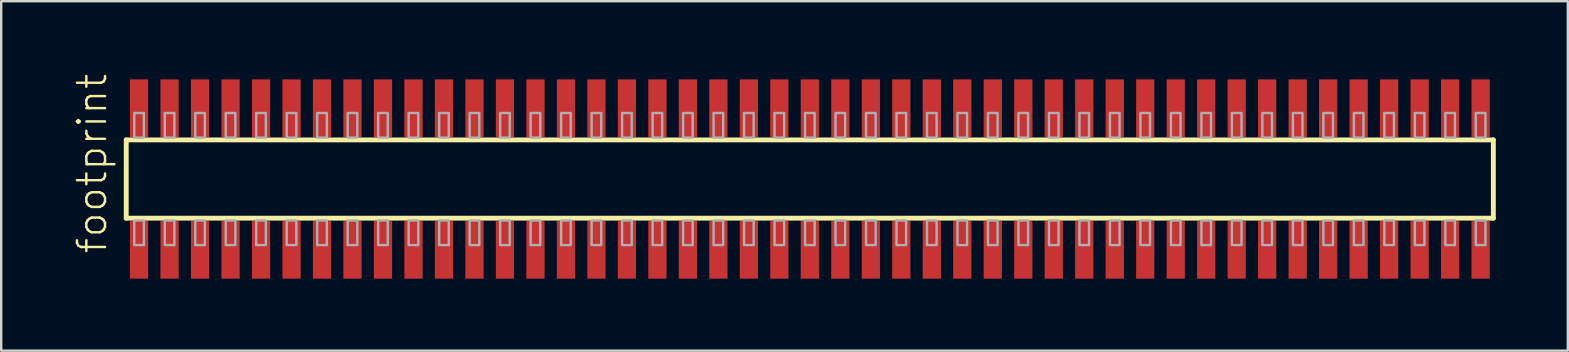
<source format=kicad_pcb>
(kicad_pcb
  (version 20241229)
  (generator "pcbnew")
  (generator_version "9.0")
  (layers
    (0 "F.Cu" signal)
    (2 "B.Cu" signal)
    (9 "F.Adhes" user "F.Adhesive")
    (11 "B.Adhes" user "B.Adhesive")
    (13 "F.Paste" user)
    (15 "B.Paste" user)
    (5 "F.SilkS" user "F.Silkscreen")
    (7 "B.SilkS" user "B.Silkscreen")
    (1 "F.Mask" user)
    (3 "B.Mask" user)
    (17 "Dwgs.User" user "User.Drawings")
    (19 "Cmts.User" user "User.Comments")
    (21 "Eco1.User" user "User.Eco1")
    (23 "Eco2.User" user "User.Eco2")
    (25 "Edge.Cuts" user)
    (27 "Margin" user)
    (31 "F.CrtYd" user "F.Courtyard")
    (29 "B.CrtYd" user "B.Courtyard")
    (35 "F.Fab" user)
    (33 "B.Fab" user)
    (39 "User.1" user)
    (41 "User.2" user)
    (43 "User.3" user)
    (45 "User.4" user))
  (footprint "footprint"
    (layer "F.Cu")
    (at 30.683 4.407)
    (property "Reference" "footprint" (at -29.21 3.175 90) (layer "F.SilkS") (effects (font (size 1.168 1.168) (thickness 0.102)) (justify left bottom)))
    (fp_line (start -28.475 -1.63) (end 28.47 -1.63) (stroke (width 0.203) (type solid)) (layer "F.SilkS"))
    (fp_line (start -28.475 1.63) (end -28.475 -1.63) (stroke (width 0.203) (type solid)) (layer "F.SilkS"))
    (fp_line (start 28.47 -1.63) (end 28.47 1.63) (stroke (width 0.203) (type solid)) (layer "F.SilkS"))
    (fp_line (start 28.47 1.63) (end -28.475 1.63) (stroke (width 0.203) (type solid)) (layer "F.SilkS"))
    (fp_poly (pts (xy -28.14 -1.725) (xy -27.74 -1.725) (xy -27.74 -2.75) (xy -28.14 -2.75)) (stroke (width 0.1) (type solid)) (fill no) (layer "F.Fab"))
    (fp_poly (pts (xy -27.74 1.725) (xy -28.14 1.725) (xy -28.14 2.75) (xy -27.74 2.75)) (stroke (width 0.1) (type solid)) (fill no) (layer "F.Fab"))
    (fp_poly (pts (xy -26.87 -1.725) (xy -26.47 -1.725) (xy -26.47 -2.75) (xy -26.87 -2.75)) (stroke (width 0.1) (type solid)) (fill no) (layer "F.Fab"))
    (fp_poly (pts (xy -26.47 1.725) (xy -26.87 1.725) (xy -26.87 2.75) (xy -26.47 2.75)) (stroke (width 0.1) (type solid)) (fill no) (layer "F.Fab"))
    (fp_poly (pts (xy -25.6 -1.725) (xy -25.2 -1.725) (xy -25.2 -2.75) (xy -25.6 -2.75)) (stroke (width 0.1) (type solid)) (fill no) (layer "F.Fab"))
    (fp_poly (pts (xy -25.2 1.725) (xy -25.6 1.725) (xy -25.6 2.75) (xy -25.2 2.75)) (stroke (width 0.1) (type solid)) (fill no) (layer "F.Fab"))
    (fp_poly (pts (xy -24.33 -1.725) (xy -23.93 -1.725) (xy -23.93 -2.75) (xy -24.33 -2.75)) (stroke (width 0.1) (type solid)) (fill no) (layer "F.Fab"))
    (fp_poly (pts (xy -23.93 1.725) (xy -24.33 1.725) (xy -24.33 2.75) (xy -23.93 2.75)) (stroke (width 0.1) (type solid)) (fill no) (layer "F.Fab"))
    (fp_poly (pts (xy -23.06 -1.725) (xy -22.66 -1.725) (xy -22.66 -2.75) (xy -23.06 -2.75)) (stroke (width 0.1) (type solid)) (fill no) (layer "F.Fab"))
    (fp_poly (pts (xy -22.66 1.725) (xy -23.06 1.725) (xy -23.06 2.75) (xy -22.66 2.75)) (stroke (width 0.1) (type solid)) (fill no) (layer "F.Fab"))
    (fp_poly (pts (xy -21.79 -1.725) (xy -21.39 -1.725) (xy -21.39 -2.75) (xy -21.79 -2.75)) (stroke (width 0.1) (type solid)) (fill no) (layer "F.Fab"))
    (fp_poly (pts (xy -21.39 1.725) (xy -21.79 1.725) (xy -21.79 2.75) (xy -21.39 2.75)) (stroke (width 0.1) (type solid)) (fill no) (layer "F.Fab"))
    (fp_poly (pts (xy -20.52 -1.725) (xy -20.12 -1.725) (xy -20.12 -2.75) (xy -20.52 -2.75)) (stroke (width 0.1) (type solid)) (fill no) (layer "F.Fab"))
    (fp_poly (pts (xy -20.12 1.725) (xy -20.52 1.725) (xy -20.52 2.75) (xy -20.12 2.75)) (stroke (width 0.1) (type solid)) (fill no) (layer "F.Fab"))
    (fp_poly (pts (xy -19.25 -1.725) (xy -18.85 -1.725) (xy -18.85 -2.75) (xy -19.25 -2.75)) (stroke (width 0.1) (type solid)) (fill no) (layer "F.Fab"))
    (fp_poly (pts (xy -18.85 1.725) (xy -19.25 1.725) (xy -19.25 2.75) (xy -18.85 2.75)) (stroke (width 0.1) (type solid)) (fill no) (layer "F.Fab"))
    (fp_poly (pts (xy -17.98 -1.725) (xy -17.58 -1.725) (xy -17.58 -2.75) (xy -17.98 -2.75)) (stroke (width 0.1) (type solid)) (fill no) (layer "F.Fab"))
    (fp_poly (pts (xy -17.58 1.725) (xy -17.98 1.725) (xy -17.98 2.75) (xy -17.58 2.75)) (stroke (width 0.1) (type solid)) (fill no) (layer "F.Fab"))
    (fp_poly (pts (xy -16.71 -1.725) (xy -16.31 -1.725) (xy -16.31 -2.75) (xy -16.71 -2.75)) (stroke (width 0.1) (type solid)) (fill no) (layer "F.Fab"))
    (fp_poly (pts (xy -16.31 1.725) (xy -16.71 1.725) (xy -16.71 2.75) (xy -16.31 2.75)) (stroke (width 0.1) (type solid)) (fill no) (layer "F.Fab"))
    (fp_poly (pts (xy -15.44 -1.725) (xy -15.04 -1.725) (xy -15.04 -2.75) (xy -15.44 -2.75)) (stroke (width 0.1) (type solid)) (fill no) (layer "F.Fab"))
    (fp_poly (pts (xy -15.04 1.725) (xy -15.44 1.725) (xy -15.44 2.75) (xy -15.04 2.75)) (stroke (width 0.1) (type solid)) (fill no) (layer "F.Fab"))
    (fp_poly (pts (xy -14.17 -1.725) (xy -13.77 -1.725) (xy -13.77 -2.75) (xy -14.17 -2.75)) (stroke (width 0.1) (type solid)) (fill no) (layer "F.Fab"))
    (fp_poly (pts (xy -13.77 1.725) (xy -14.17 1.725) (xy -14.17 2.75) (xy -13.77 2.75)) (stroke (width 0.1) (type solid)) (fill no) (layer "F.Fab"))
    (fp_poly (pts (xy -12.9 -1.725) (xy -12.5 -1.725) (xy -12.5 -2.75) (xy -12.9 -2.75)) (stroke (width 0.1) (type solid)) (fill no) (layer "F.Fab"))
    (fp_poly (pts (xy -12.5 1.725) (xy -12.9 1.725) (xy -12.9 2.75) (xy -12.5 2.75)) (stroke (width 0.1) (type solid)) (fill no) (layer "F.Fab"))
    (fp_poly (pts (xy -11.63 -1.725) (xy -11.23 -1.725) (xy -11.23 -2.75) (xy -11.63 -2.75)) (stroke (width 0.1) (type solid)) (fill no) (layer "F.Fab"))
    (fp_poly (pts (xy -11.23 1.725) (xy -11.63 1.725) (xy -11.63 2.75) (xy -11.23 2.75)) (stroke (width 0.1) (type solid)) (fill no) (layer "F.Fab"))
    (fp_poly (pts (xy -10.36 -1.725) (xy -9.96 -1.725) (xy -9.96 -2.75) (xy -10.36 -2.75)) (stroke (width 0.1) (type solid)) (fill no) (layer "F.Fab"))
    (fp_poly (pts (xy -9.96 1.725) (xy -10.36 1.725) (xy -10.36 2.75) (xy -9.96 2.75)) (stroke (width 0.1) (type solid)) (fill no) (layer "F.Fab"))
    (fp_poly (pts (xy -9.09 -1.725) (xy -8.69 -1.725) (xy -8.69 -2.75) (xy -9.09 -2.75)) (stroke (width 0.1) (type solid)) (fill no) (layer "F.Fab"))
    (fp_poly (pts (xy -8.69 1.725) (xy -9.09 1.725) (xy -9.09 2.75) (xy -8.69 2.75)) (stroke (width 0.1) (type solid)) (fill no) (layer "F.Fab"))
    (fp_poly (pts (xy -7.82 -1.725) (xy -7.42 -1.725) (xy -7.42 -2.75) (xy -7.82 -2.75)) (stroke (width 0.1) (type solid)) (fill no) (layer "F.Fab"))
    (fp_poly (pts (xy -7.42 1.725) (xy -7.82 1.725) (xy -7.82 2.75) (xy -7.42 2.75)) (stroke (width 0.1) (type solid)) (fill no) (layer "F.Fab"))
    (fp_poly (pts (xy -6.55 -1.725) (xy -6.15 -1.725) (xy -6.15 -2.75) (xy -6.55 -2.75)) (stroke (width 0.1) (type solid)) (fill no) (layer "F.Fab"))
    (fp_poly (pts (xy -6.15 1.725) (xy -6.55 1.725) (xy -6.55 2.75) (xy -6.15 2.75)) (stroke (width 0.1) (type solid)) (fill no) (layer "F.Fab"))
    (fp_poly (pts (xy -5.28 -1.725) (xy -4.88 -1.725) (xy -4.88 -2.75) (xy -5.28 -2.75)) (stroke (width 0.1) (type solid)) (fill no) (layer "F.Fab"))
    (fp_poly (pts (xy -4.88 1.725) (xy -5.28 1.725) (xy -5.28 2.75) (xy -4.88 2.75)) (stroke (width 0.1) (type solid)) (fill no) (layer "F.Fab"))
    (fp_poly (pts (xy -4.01 -1.725) (xy -3.61 -1.725) (xy -3.61 -2.75) (xy -4.01 -2.75)) (stroke (width 0.1) (type solid)) (fill no) (layer "F.Fab"))
    (fp_poly (pts (xy -3.61 1.725) (xy -4.01 1.725) (xy -4.01 2.75) (xy -3.61 2.75)) (stroke (width 0.1) (type solid)) (fill no) (layer "F.Fab"))
    (fp_poly (pts (xy -2.74 -1.725) (xy -2.34 -1.725) (xy -2.34 -2.75) (xy -2.74 -2.75)) (stroke (width 0.1) (type solid)) (fill no) (layer "F.Fab"))
    (fp_poly (pts (xy -2.34 1.725) (xy -2.74 1.725) (xy -2.74 2.75) (xy -2.34 2.75)) (stroke (width 0.1) (type solid)) (fill no) (layer "F.Fab"))
    (fp_poly (pts (xy -1.47 -1.725) (xy -1.07 -1.725) (xy -1.07 -2.75) (xy -1.47 -2.75)) (stroke (width 0.1) (type solid)) (fill no) (layer "F.Fab"))
    (fp_poly (pts (xy -1.07 1.725) (xy -1.47 1.725) (xy -1.47 2.75) (xy -1.07 2.75)) (stroke (width 0.1) (type solid)) (fill no) (layer "F.Fab"))
    (fp_poly (pts (xy -0.2 -1.725) (xy 0.2 -1.725) (xy 0.2 -2.75) (xy -0.2 -2.75)) (stroke (width 0.1) (type solid)) (fill no) (layer "F.Fab"))
    (fp_poly (pts (xy 0.2 1.725) (xy -0.2 1.725) (xy -0.2 2.75) (xy 0.2 2.75)) (stroke (width 0.1) (type solid)) (fill no) (layer "F.Fab"))
    (fp_poly (pts (xy 1.07 -1.725) (xy 1.47 -1.725) (xy 1.47 -2.75) (xy 1.07 -2.75)) (stroke (width 0.1) (type solid)) (fill no) (layer "F.Fab"))
    (fp_poly (pts (xy 1.47 1.725) (xy 1.07 1.725) (xy 1.07 2.75) (xy 1.47 2.75)) (stroke (width 0.1) (type solid)) (fill no) (layer "F.Fab"))
    (fp_poly (pts (xy 2.34 -1.725) (xy 2.74 -1.725) (xy 2.74 -2.75) (xy 2.34 -2.75)) (stroke (width 0.1) (type solid)) (fill no) (layer "F.Fab"))
    (fp_poly (pts (xy 2.74 1.725) (xy 2.34 1.725) (xy 2.34 2.75) (xy 2.74 2.75)) (stroke (width 0.1) (type solid)) (fill no) (layer "F.Fab"))
    (fp_poly (pts (xy 3.61 -1.725) (xy 4.01 -1.725) (xy 4.01 -2.75) (xy 3.61 -2.75)) (stroke (width 0.1) (type solid)) (fill no) (layer "F.Fab"))
    (fp_poly (pts (xy 4.01 1.725) (xy 3.61 1.725) (xy 3.61 2.75) (xy 4.01 2.75)) (stroke (width 0.1) (type solid)) (fill no) (layer "F.Fab"))
    (fp_poly (pts (xy 4.88 -1.725) (xy 5.28 -1.725) (xy 5.28 -2.75) (xy 4.88 -2.75)) (stroke (width 0.1) (type solid)) (fill no) (layer "F.Fab"))
    (fp_poly (pts (xy 5.28 1.725) (xy 4.88 1.725) (xy 4.88 2.75) (xy 5.28 2.75)) (stroke (width 0.1) (type solid)) (fill no) (layer "F.Fab"))
    (fp_poly (pts (xy 6.15 -1.725) (xy 6.55 -1.725) (xy 6.55 -2.75) (xy 6.15 -2.75)) (stroke (width 0.1) (type solid)) (fill no) (layer "F.Fab"))
    (fp_poly (pts (xy 6.55 1.725) (xy 6.15 1.725) (xy 6.15 2.75) (xy 6.55 2.75)) (stroke (width 0.1) (type solid)) (fill no) (layer "F.Fab"))
    (fp_poly (pts (xy 7.42 -1.725) (xy 7.82 -1.725) (xy 7.82 -2.75) (xy 7.42 -2.75)) (stroke (width 0.1) (type solid)) (fill no) (layer "F.Fab"))
    (fp_poly (pts (xy 7.82 1.725) (xy 7.42 1.725) (xy 7.42 2.75) (xy 7.82 2.75)) (stroke (width 0.1) (type solid)) (fill no) (layer "F.Fab"))
    (fp_poly (pts (xy 8.69 -1.725) (xy 9.09 -1.725) (xy 9.09 -2.75) (xy 8.69 -2.75)) (stroke (width 0.1) (type solid)) (fill no) (layer "F.Fab"))
    (fp_poly (pts (xy 9.09 1.725) (xy 8.69 1.725) (xy 8.69 2.75) (xy 9.09 2.75)) (stroke (width 0.1) (type solid)) (fill no) (layer "F.Fab"))
    (fp_poly (pts (xy 9.96 -1.725) (xy 10.36 -1.725) (xy 10.36 -2.75) (xy 9.96 -2.75)) (stroke (width 0.1) (type solid)) (fill no) (layer "F.Fab"))
    (fp_poly (pts (xy 10.36 1.725) (xy 9.96 1.725) (xy 9.96 2.75) (xy 10.36 2.75)) (stroke (width 0.1) (type solid)) (fill no) (layer "F.Fab"))
    (fp_poly (pts (xy 11.23 -1.725) (xy 11.63 -1.725) (xy 11.63 -2.75) (xy 11.23 -2.75)) (stroke (width 0.1) (type solid)) (fill no) (layer "F.Fab"))
    (fp_poly (pts (xy 11.63 1.725) (xy 11.23 1.725) (xy 11.23 2.75) (xy 11.63 2.75)) (stroke (width 0.1) (type solid)) (fill no) (layer "F.Fab"))
    (fp_poly (pts (xy 12.5 -1.725) (xy 12.9 -1.725) (xy 12.9 -2.75) (xy 12.5 -2.75)) (stroke (width 0.1) (type solid)) (fill no) (layer "F.Fab"))
    (fp_poly (pts (xy 12.9 1.725) (xy 12.5 1.725) (xy 12.5 2.75) (xy 12.9 2.75)) (stroke (width 0.1) (type solid)) (fill no) (layer "F.Fab"))
    (fp_poly (pts (xy 13.77 -1.725) (xy 14.17 -1.725) (xy 14.17 -2.75) (xy 13.77 -2.75)) (stroke (width 0.1) (type solid)) (fill no) (layer "F.Fab"))
    (fp_poly (pts (xy 14.17 1.725) (xy 13.77 1.725) (xy 13.77 2.75) (xy 14.17 2.75)) (stroke (width 0.1) (type solid)) (fill no) (layer "F.Fab"))
    (fp_poly (pts (xy 15.04 -1.725) (xy 15.44 -1.725) (xy 15.44 -2.75) (xy 15.04 -2.75)) (stroke (width 0.1) (type solid)) (fill no) (layer "F.Fab"))
    (fp_poly (pts (xy 15.44 1.725) (xy 15.04 1.725) (xy 15.04 2.75) (xy 15.44 2.75)) (stroke (width 0.1) (type solid)) (fill no) (layer "F.Fab"))
    (fp_poly (pts (xy 16.31 -1.725) (xy 16.71 -1.725) (xy 16.71 -2.75) (xy 16.31 -2.75)) (stroke (width 0.1) (type solid)) (fill no) (layer "F.Fab"))
    (fp_poly (pts (xy 16.71 1.725) (xy 16.31 1.725) (xy 16.31 2.75) (xy 16.71 2.75)) (stroke (width 0.1) (type solid)) (fill no) (layer "F.Fab"))
    (fp_poly (pts (xy 17.58 -1.725) (xy 17.98 -1.725) (xy 17.98 -2.75) (xy 17.58 -2.75)) (stroke (width 0.1) (type solid)) (fill no) (layer "F.Fab"))
    (fp_poly (pts (xy 17.98 1.725) (xy 17.58 1.725) (xy 17.58 2.75) (xy 17.98 2.75)) (stroke (width 0.1) (type solid)) (fill no) (layer "F.Fab"))
    (fp_poly (pts (xy 18.85 -1.725) (xy 19.25 -1.725) (xy 19.25 -2.75) (xy 18.85 -2.75)) (stroke (width 0.1) (type solid)) (fill no) (layer "F.Fab"))
    (fp_poly (pts (xy 19.25 1.725) (xy 18.85 1.725) (xy 18.85 2.75) (xy 19.25 2.75)) (stroke (width 0.1) (type solid)) (fill no) (layer "F.Fab"))
    (fp_poly (pts (xy 20.12 -1.725) (xy 20.52 -1.725) (xy 20.52 -2.75) (xy 20.12 -2.75)) (stroke (width 0.1) (type solid)) (fill no) (layer "F.Fab"))
    (fp_poly (pts (xy 20.52 1.725) (xy 20.12 1.725) (xy 20.12 2.75) (xy 20.52 2.75)) (stroke (width 0.1) (type solid)) (fill no) (layer "F.Fab"))
    (fp_poly (pts (xy 21.39 -1.725) (xy 21.79 -1.725) (xy 21.79 -2.75) (xy 21.39 -2.75)) (stroke (width 0.1) (type solid)) (fill no) (layer "F.Fab"))
    (fp_poly (pts (xy 21.79 1.725) (xy 21.39 1.725) (xy 21.39 2.75) (xy 21.79 2.75)) (stroke (width 0.1) (type solid)) (fill no) (layer "F.Fab"))
    (fp_poly (pts (xy 22.66 -1.725) (xy 23.06 -1.725) (xy 23.06 -2.75) (xy 22.66 -2.75)) (stroke (width 0.1) (type solid)) (fill no) (layer "F.Fab"))
    (fp_poly (pts (xy 23.06 1.725) (xy 22.66 1.725) (xy 22.66 2.75) (xy 23.06 2.75)) (stroke (width 0.1) (type solid)) (fill no) (layer "F.Fab"))
    (fp_poly (pts (xy 23.93 -1.725) (xy 24.33 -1.725) (xy 24.33 -2.75) (xy 23.93 -2.75)) (stroke (width 0.1) (type solid)) (fill no) (layer "F.Fab"))
    (fp_poly (pts (xy 24.33 1.725) (xy 23.93 1.725) (xy 23.93 2.75) (xy 24.33 2.75)) (stroke (width 0.1) (type solid)) (fill no) (layer "F.Fab"))
    (fp_poly (pts (xy 25.2 -1.725) (xy 25.6 -1.725) (xy 25.6 -2.75) (xy 25.2 -2.75)) (stroke (width 0.1) (type solid)) (fill no) (layer "F.Fab"))
    (fp_poly (pts (xy 25.6 1.725) (xy 25.2 1.725) (xy 25.2 2.75) (xy 25.6 2.75)) (stroke (width 0.1) (type solid)) (fill no) (layer "F.Fab"))
    (fp_poly (pts (xy 26.47 -1.725) (xy 26.87 -1.725) (xy 26.87 -2.75) (xy 26.47 -2.75)) (stroke (width 0.1) (type solid)) (fill no) (layer "F.Fab"))
    (fp_poly (pts (xy 26.87 1.725) (xy 26.47 1.725) (xy 26.47 2.75) (xy 26.87 2.75)) (stroke (width 0.1) (type solid)) (fill no) (layer "F.Fab"))
    (fp_poly (pts (xy 27.74 -1.725) (xy 28.14 -1.725) (xy 28.14 -2.75) (xy 27.74 -2.75)) (stroke (width 0.1) (type solid)) (fill no) (layer "F.Fab"))
    (fp_poly (pts (xy 28.14 1.725) (xy 27.74 1.725) (xy 27.74 2.75) (xy 28.14 2.75)) (stroke (width 0.1) (type solid)) (fill no) (layer "F.Fab"))
    (pad "1" smd rect (at -27.94 2.95) (size 0.76 2.4) (layers "F.Cu" "F.Mask" "F.Paste"))
    (pad "2" smd rect (at -27.94 -2.95) (size 0.76 2.4) (layers "F.Cu" "F.Mask" "F.Paste"))
    (pad "3" smd rect (at -26.67 2.95) (size 0.76 2.4) (layers "F.Cu" "F.Mask" "F.Paste"))
    (pad "4" smd rect (at -26.67 -2.95) (size 0.76 2.4) (layers "F.Cu" "F.Mask" "F.Paste"))
    (pad "5" smd rect (at -25.4 2.95) (size 0.76 2.4) (layers "F.Cu" "F.Mask" "F.Paste"))
    (pad "6" smd rect (at -25.4 -2.95) (size 0.76 2.4) (layers "F.Cu" "F.Mask" "F.Paste"))
    (pad "7" smd rect (at -24.13 2.95) (size 0.76 2.4) (layers "F.Cu" "F.Mask" "F.Paste"))
    (pad "8" smd rect (at -24.13 -2.95) (size 0.76 2.4) (layers "F.Cu" "F.Mask" "F.Paste"))
    (pad "9" smd rect (at -22.86 2.95) (size 0.76 2.4) (layers "F.Cu" "F.Mask" "F.Paste"))
    (pad "10" smd rect (at -22.86 -2.95) (size 0.76 2.4) (layers "F.Cu" "F.Mask" "F.Paste"))
    (pad "11" smd rect (at -21.59 2.95) (size 0.76 2.4) (layers "F.Cu" "F.Mask" "F.Paste"))
    (pad "12" smd rect (at -21.59 -2.95) (size 0.76 2.4) (layers "F.Cu" "F.Mask" "F.Paste"))
    (pad "13" smd rect (at -20.32 2.95) (size 0.76 2.4) (layers "F.Cu" "F.Mask" "F.Paste"))
    (pad "14" smd rect (at -20.32 -2.95) (size 0.76 2.4) (layers "F.Cu" "F.Mask" "F.Paste"))
    (pad "15" smd rect (at -19.05 2.95) (size 0.76 2.4) (layers "F.Cu" "F.Mask" "F.Paste"))
    (pad "16" smd rect (at -19.05 -2.95) (size 0.76 2.4) (layers "F.Cu" "F.Mask" "F.Paste"))
    (pad "17" smd rect (at -17.78 2.95) (size 0.76 2.4) (layers "F.Cu" "F.Mask" "F.Paste"))
    (pad "18" smd rect (at -17.78 -2.95) (size 0.76 2.4) (layers "F.Cu" "F.Mask" "F.Paste"))
    (pad "19" smd rect (at -16.51 2.95) (size 0.76 2.4) (layers "F.Cu" "F.Mask" "F.Paste"))
    (pad "20" smd rect (at -16.51 -2.95) (size 0.76 2.4) (layers "F.Cu" "F.Mask" "F.Paste"))
    (pad "21" smd rect (at -15.24 2.95) (size 0.76 2.4) (layers "F.Cu" "F.Mask" "F.Paste"))
    (pad "22" smd rect (at -15.24 -2.95) (size 0.76 2.4) (layers "F.Cu" "F.Mask" "F.Paste"))
    (pad "23" smd rect (at -13.97 2.95) (size 0.76 2.4) (layers "F.Cu" "F.Mask" "F.Paste"))
    (pad "24" smd rect (at -13.97 -2.95) (size 0.76 2.4) (layers "F.Cu" "F.Mask" "F.Paste"))
    (pad "25" smd rect (at -12.7 2.95) (size 0.76 2.4) (layers "F.Cu" "F.Mask" "F.Paste"))
    (pad "26" smd rect (at -12.7 -2.95) (size 0.76 2.4) (layers "F.Cu" "F.Mask" "F.Paste"))
    (pad "27" smd rect (at -11.43 2.95) (size 0.76 2.4) (layers "F.Cu" "F.Mask" "F.Paste"))
    (pad "28" smd rect (at -11.43 -2.95) (size 0.76 2.4) (layers "F.Cu" "F.Mask" "F.Paste"))
    (pad "29" smd rect (at -10.16 2.95) (size 0.76 2.4) (layers "F.Cu" "F.Mask" "F.Paste"))
    (pad "30" smd rect (at -10.16 -2.95) (size 0.76 2.4) (layers "F.Cu" "F.Mask" "F.Paste"))
    (pad "31" smd rect (at -8.89 2.95) (size 0.76 2.4) (layers "F.Cu" "F.Mask" "F.Paste"))
    (pad "32" smd rect (at -8.89 -2.95) (size 0.76 2.4) (layers "F.Cu" "F.Mask" "F.Paste"))
    (pad "33" smd rect (at -7.62 2.95) (size 0.76 2.4) (layers "F.Cu" "F.Mask" "F.Paste"))
    (pad "34" smd rect (at -7.62 -2.95) (size 0.76 2.4) (layers "F.Cu" "F.Mask" "F.Paste"))
    (pad "35" smd rect (at -6.35 2.95) (size 0.76 2.4) (layers "F.Cu" "F.Mask" "F.Paste"))
    (pad "36" smd rect (at -6.35 -2.95) (size 0.76 2.4) (layers "F.Cu" "F.Mask" "F.Paste"))
    (pad "37" smd rect (at -5.08 2.95) (size 0.76 2.4) (layers "F.Cu" "F.Mask" "F.Paste"))
    (pad "38" smd rect (at -5.08 -2.95) (size 0.76 2.4) (layers "F.Cu" "F.Mask" "F.Paste"))
    (pad "39" smd rect (at -3.81 2.95) (size 0.76 2.4) (layers "F.Cu" "F.Mask" "F.Paste"))
    (pad "40" smd rect (at -3.81 -2.95) (size 0.76 2.4) (layers "F.Cu" "F.Mask" "F.Paste"))
    (pad "41" smd rect (at -2.54 2.95) (size 0.76 2.4) (layers "F.Cu" "F.Mask" "F.Paste"))
    (pad "42" smd rect (at -2.54 -2.95) (size 0.76 2.4) (layers "F.Cu" "F.Mask" "F.Paste"))
    (pad "43" smd rect (at -1.27 2.95) (size 0.76 2.4) (layers "F.Cu" "F.Mask" "F.Paste"))
    (pad "44" smd rect (at -1.27 -2.95) (size 0.76 2.4) (layers "F.Cu" "F.Mask" "F.Paste"))
    (pad "45" smd rect (at 0 2.95) (size 0.76 2.4) (layers "F.Cu" "F.Mask" "F.Paste"))
    (pad "46" smd rect (at 0 -2.95) (size 0.76 2.4) (layers "F.Cu" "F.Mask" "F.Paste"))
    (pad "47" smd rect (at 1.27 2.95) (size 0.76 2.4) (layers "F.Cu" "F.Mask" "F.Paste"))
    (pad "48" smd rect (at 1.27 -2.95) (size 0.76 2.4) (layers "F.Cu" "F.Mask" "F.Paste"))
    (pad "49" smd rect (at 2.54 2.95) (size 0.76 2.4) (layers "F.Cu" "F.Mask" "F.Paste"))
    (pad "50" smd rect (at 2.54 -2.95) (size 0.76 2.4) (layers "F.Cu" "F.Mask" "F.Paste"))
    (pad "51" smd rect (at 3.81 2.95) (size 0.76 2.4) (layers "F.Cu" "F.Mask" "F.Paste"))
    (pad "52" smd rect (at 3.81 -2.95) (size 0.76 2.4) (layers "F.Cu" "F.Mask" "F.Paste"))
    (pad "53" smd rect (at 5.08 2.95) (size 0.76 2.4) (layers "F.Cu" "F.Mask" "F.Paste"))
    (pad "54" smd rect (at 5.08 -2.95) (size 0.76 2.4) (layers "F.Cu" "F.Mask" "F.Paste"))
    (pad "55" smd rect (at 6.35 2.95) (size 0.76 2.4) (layers "F.Cu" "F.Mask" "F.Paste"))
    (pad "56" smd rect (at 6.35 -2.95) (size 0.76 2.4) (layers "F.Cu" "F.Mask" "F.Paste"))
    (pad "57" smd rect (at 7.62 2.95) (size 0.76 2.4) (layers "F.Cu" "F.Mask" "F.Paste"))
    (pad "58" smd rect (at 7.62 -2.95) (size 0.76 2.4) (layers "F.Cu" "F.Mask" "F.Paste"))
    (pad "59" smd rect (at 8.89 2.95) (size 0.76 2.4) (layers "F.Cu" "F.Mask" "F.Paste"))
    (pad "60" smd rect (at 8.89 -2.95) (size 0.76 2.4) (layers "F.Cu" "F.Mask" "F.Paste"))
    (pad "61" smd rect (at 10.16 2.95) (size 0.76 2.4) (layers "F.Cu" "F.Mask" "F.Paste"))
    (pad "62" smd rect (at 10.16 -2.95) (size 0.76 2.4) (layers "F.Cu" "F.Mask" "F.Paste"))
    (pad "63" smd rect (at 11.43 2.95) (size 0.76 2.4) (layers "F.Cu" "F.Mask" "F.Paste"))
    (pad "64" smd rect (at 11.43 -2.95) (size 0.76 2.4) (layers "F.Cu" "F.Mask" "F.Paste"))
    (pad "65" smd rect (at 12.7 2.95) (size 0.76 2.4) (layers "F.Cu" "F.Mask" "F.Paste"))
    (pad "66" smd rect (at 12.7 -2.95) (size 0.76 2.4) (layers "F.Cu" "F.Mask" "F.Paste"))
    (pad "67" smd rect (at 13.97 2.95) (size 0.76 2.4) (layers "F.Cu" "F.Mask" "F.Paste"))
    (pad "68" smd rect (at 13.97 -2.95) (size 0.76 2.4) (layers "F.Cu" "F.Mask" "F.Paste"))
    (pad "69" smd rect (at 15.24 2.95) (size 0.76 2.4) (layers "F.Cu" "F.Mask" "F.Paste"))
    (pad "70" smd rect (at 15.24 -2.95) (size 0.76 2.4) (layers "F.Cu" "F.Mask" "F.Paste"))
    (pad "71" smd rect (at 16.51 2.95) (size 0.76 2.4) (layers "F.Cu" "F.Mask" "F.Paste"))
    (pad "72" smd rect (at 16.51 -2.95) (size 0.76 2.4) (layers "F.Cu" "F.Mask" "F.Paste"))
    (pad "73" smd rect (at 17.78 2.95) (size 0.76 2.4) (layers "F.Cu" "F.Mask" "F.Paste"))
    (pad "74" smd rect (at 17.78 -2.95) (size 0.76 2.4) (layers "F.Cu" "F.Mask" "F.Paste"))
    (pad "75" smd rect (at 19.05 2.95) (size 0.76 2.4) (layers "F.Cu" "F.Mask" "F.Paste"))
    (pad "76" smd rect (at 19.05 -2.95) (size 0.76 2.4) (layers "F.Cu" "F.Mask" "F.Paste"))
    (pad "77" smd rect (at 20.32 2.95) (size 0.76 2.4) (layers "F.Cu" "F.Mask" "F.Paste"))
    (pad "78" smd rect (at 20.32 -2.95) (size 0.76 2.4) (layers "F.Cu" "F.Mask" "F.Paste"))
    (pad "79" smd rect (at 21.59 2.95) (size 0.76 2.4) (layers "F.Cu" "F.Mask" "F.Paste"))
    (pad "80" smd rect (at 21.59 -2.95) (size 0.76 2.4) (layers "F.Cu" "F.Mask" "F.Paste"))
    (pad "81" smd rect (at 22.86 2.95) (size 0.76 2.4) (layers "F.Cu" "F.Mask" "F.Paste"))
    (pad "82" smd rect (at 22.86 -2.95) (size 0.76 2.4) (layers "F.Cu" "F.Mask" "F.Paste"))
    (pad "83" smd rect (at 24.13 2.95) (size 0.76 2.4) (layers "F.Cu" "F.Mask" "F.Paste"))
    (pad "84" smd rect (at 24.13 -2.95) (size 0.76 2.4) (layers "F.Cu" "F.Mask" "F.Paste"))
    (pad "85" smd rect (at 25.4 2.95) (size 0.76 2.4) (layers "F.Cu" "F.Mask" "F.Paste"))
    (pad "86" smd rect (at 25.4 -2.95) (size 0.76 2.4) (layers "F.Cu" "F.Mask" "F.Paste"))
    (pad "87" smd rect (at 26.67 2.95) (size 0.76 2.4) (layers "F.Cu" "F.Mask" "F.Paste"))
    (pad "88" smd rect (at 26.67 -2.95) (size 0.76 2.4) (layers "F.Cu" "F.Mask" "F.Paste"))
    (pad "89" smd rect (at 27.94 2.95) (size 0.76 2.4) (layers "F.Cu" "F.Mask" "F.Paste"))
    (pad "90" smd rect (at 27.94 -2.95) (size 0.76 2.4) (layers "F.Cu" "F.Mask" "F.Paste")))
  (gr_rect
    (start -3 -3)
    (end 62.255 11.557)
    (stroke (width 0.1) (type default))
    (fill no)
    (layer "Edge.Cuts")))
</source>
